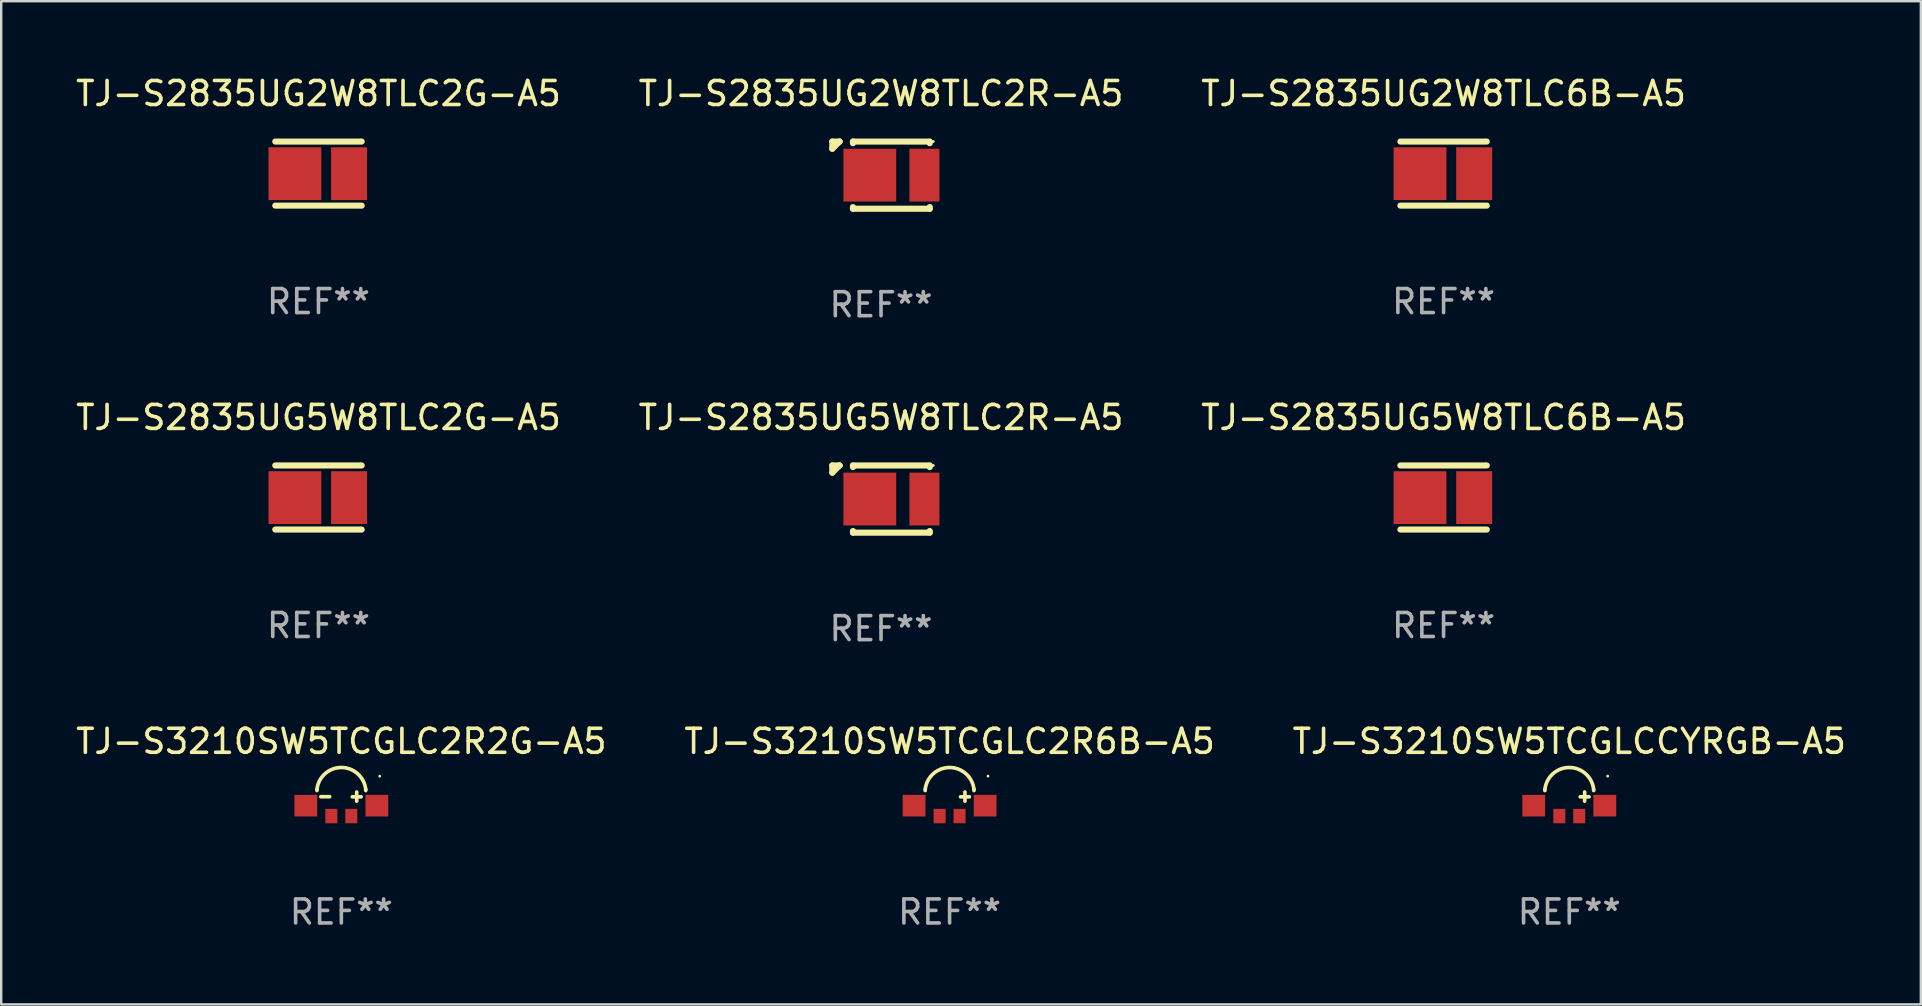
<source format=kicad_pcb>
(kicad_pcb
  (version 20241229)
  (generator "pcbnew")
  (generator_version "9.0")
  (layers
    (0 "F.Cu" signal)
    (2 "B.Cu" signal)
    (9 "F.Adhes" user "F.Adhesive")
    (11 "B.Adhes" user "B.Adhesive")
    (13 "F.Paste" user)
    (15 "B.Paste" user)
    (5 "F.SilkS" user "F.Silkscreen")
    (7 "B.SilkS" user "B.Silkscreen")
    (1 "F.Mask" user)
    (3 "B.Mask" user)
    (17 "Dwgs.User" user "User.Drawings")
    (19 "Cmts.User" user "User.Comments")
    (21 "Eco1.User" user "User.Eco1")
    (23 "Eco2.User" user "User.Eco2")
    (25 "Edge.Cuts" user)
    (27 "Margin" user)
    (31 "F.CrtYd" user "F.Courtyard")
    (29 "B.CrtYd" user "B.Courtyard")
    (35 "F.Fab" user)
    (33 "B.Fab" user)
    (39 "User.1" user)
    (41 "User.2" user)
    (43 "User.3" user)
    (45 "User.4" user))
  (footprint "TJ-S3210SW5TCGLC2R2G-A5"
    (layer "F.Cu")
    (at 11.173 30.397)
    (property "Reference" "TJ-S3210SW5TCGLC2R2G-A5" (at 0 -2.556 0) (layer "F.SilkS") (effects (font (size 1 1) (thickness 0.15))))
    (attr through_hole)
    (fp_line (start -1.016 -0.556) (end -1.016 -0.506) (stroke (width 0.152) (type solid)) (layer "F.SilkS"))
    (fp_line (start -0.855 -0.25) (end -0.485 -0.25) (stroke (width 0.152) (type solid)) (layer "F.SilkS"))
    (fp_line (start 0.455 -0.245) (end 0.825 -0.245) (stroke (width 0.152) (type solid)) (layer "F.SilkS"))
    (fp_line (start 0.64 -0.445) (end 0.64 -0.065) (stroke (width 0.152) (type solid)) (layer "F.SilkS"))
    (fp_line (start 1.016 -0.556) (end 1.016 -0.506) (stroke (width 0.152) (type solid)) (layer "F.SilkS"))
    (fp_arc (start -1.015824 -0.55602) (mid -0.000027 -1.466417) (end 1.015519 -0.55574) (stroke (width 0.151994) (type solid)) (layer "F.SilkS"))
    (fp_circle (center 1.6 -1.107) (end 1.63 -1.107) (stroke (width 0.06) (type solid)) (fill no) (layer "F.SilkS"))
    (fp_text user "REF**" (at 0 4.556 0) (layer "F.Fab") (effects (font (size 1 1) (thickness 0.15))))
    (pad "1" smd rect (at 1.48 0.124 180) (size 0.95 0.9) (layers "F.Cu" "F.Mask" "F.Paste"))
    (pad "2" smd rect (at 0.415 0.556 180) (size 0.5 0.6) (layers "F.Cu" "F.Mask" "F.Paste"))
    (pad "3" smd rect (at -0.415 0.556 180) (size 0.5 0.6) (layers "F.Cu" "F.Mask" "F.Paste"))
    (pad "4" smd rect (at -1.48 0.124 180) (size 0.95 0.9) (layers "F.Cu" "F.Mask" "F.Paste")))
  (footprint "TJ-S2835UG2W8TLC6B-A5"
    (layer "F.Cu")
    (at 57.101 4.183)
    (property "Reference" "TJ-S2835UG2W8TLC6B-A5" (at 0 -3.335 0) (layer "F.SilkS") (effects (font (size 1 1) (thickness 0.15))))
    (attr through_hole)
    (fp_line (start -1.8 -1.335) (end 1.8 -1.335) (stroke (width 0.254) (type solid)) (layer "F.SilkS"))
    (fp_line (start 1.8 1.335) (end -1.8 1.335) (stroke (width 0.254) (type solid)) (layer "F.SilkS"))
    (fp_circle (center 1.75 -1.395) (end 1.78 -1.395) (stroke (width 0.06) (type solid)) (fill no) (layer "F.SilkS"))
    (fp_text user "REF**" (at 0 5.335 0) (layer "F.Fab") (effects (font (size 1 1) (thickness 0.15))))
    (pad "1" smd rect (at 1.275 0.005) (size 1.5 2.2) (layers "F.Cu" "F.Mask" "F.Paste"))
    (pad "2" smd rect (at -0.981 0.005) (size 2.2 2.2) (layers "F.Cu" "F.Mask" "F.Paste")))
  (footprint "TJ-S2835UG5W8TLC2R-A5"
    (layer "F.Cu")
    (at 33.661 17.745)
    (property "Reference" "TJ-S2835UG5W8TLC2R-A5" (at 0 -3.4 0) (layer "F.SilkS") (effects (font (size 1 1) (thickness 0.15))))
    (attr through_hole)
    (fp_line (start -2.03 -1.4) (end -2.03 -1.1) (stroke (width 0.254) (type solid)) (layer "F.SilkS"))
    (fp_line (start -1.73 -1.4) (end -2.03 -1.1) (stroke (width 0.254) (type solid)) (layer "F.SilkS"))
    (fp_line (start -1.73 -1.4) (end -2.03 -1.4) (stroke (width 0.254) (type solid)) (layer "F.SilkS"))
    (fp_line (start -1.73 -1.4) (end -1.73 -1.4) (stroke (width 0.254) (type solid)) (layer "F.SilkS"))
    (fp_line (start -1.17 -1.4) (end -1.17 -1.331) (stroke (width 0.254) (type solid)) (layer "F.SilkS"))
    (fp_line (start -1.17 1.331) (end -1.17 1.4) (stroke (width 0.254) (type solid)) (layer "F.SilkS"))
    (fp_line (start -1.17 1.4) (end 2.03 1.4) (stroke (width 0.254) (type solid)) (layer "F.SilkS"))
    (fp_line (start 2.03 -1.4) (end -1.17 -1.4) (stroke (width 0.254) (type solid)) (layer "F.SilkS"))
    (fp_line (start 2.03 -1.331) (end 2.03 -1.39) (stroke (width 0.254) (type solid)) (layer "F.SilkS"))
    (fp_line (start 2.03 1.4) (end 2.03 1.331) (stroke (width 0.254) (type solid)) (layer "F.SilkS"))
    (fp_circle (center 2.18 -1.4) (end 2.21 -1.4) (stroke (width 0.06) (type solid)) (fill no) (layer "F.SilkS"))
    (fp_text user "REF**" (at 0 5.4 0) (layer "F.Fab") (effects (font (size 1 1) (thickness 0.15))))
    (pad "1" smd rect (at 1.808 0 180) (size 1.25 2.2) (layers "F.Cu" "F.Mask" "F.Paste"))
    (pad "2" smd rect (at -0.468 0 180) (size 2.2 2.2) (layers "F.Cu" "F.Mask" "F.Paste")))
  (footprint "TJ-S3210SW5TCGLC2R6B-A5"
    (layer "F.Cu")
    (at 36.518 30.397)
    (property "Reference" "TJ-S3210SW5TCGLC2R6B-A5" (at 0 -2.556 0) (layer "F.SilkS") (effects (font (size 1 1) (thickness 0.15))))
    (attr through_hole)
    (fp_line (start -1.016 -0.556) (end -1.016 -0.506) (stroke (width 0.152) (type solid)) (layer "F.SilkS"))
    (fp_line (start 0.455 -0.245) (end 0.825 -0.245) (stroke (width 0.152) (type solid)) (layer "F.SilkS"))
    (fp_line (start 0.64 -0.445) (end 0.64 -0.065) (stroke (width 0.152) (type solid)) (layer "F.SilkS"))
    (fp_line (start 1.016 -0.556) (end 1.016 -0.506) (stroke (width 0.152) (type solid)) (layer "F.SilkS"))
    (fp_arc (start -1.015824 -0.555995) (mid -0.000027 -1.466392) (end 1.015519 -0.555715) (stroke (width 0.151994) (type solid)) (layer "F.SilkS"))
    (fp_circle (center 1.6 -1.107) (end 1.63 -1.107) (stroke (width 0.06) (type solid)) (fill no) (layer "F.SilkS"))
    (fp_text user "REF**" (at 0 4.556 0) (layer "F.Fab") (effects (font (size 1 1) (thickness 0.15))))
    (pad "1" smd rect (at 1.48 0.124 180) (size 0.95 0.9) (layers "F.Cu" "F.Mask" "F.Paste"))
    (pad "2" smd rect (at 0.415 0.556 180) (size 0.5 0.6) (layers "F.Cu" "F.Mask" "F.Paste"))
    (pad "3" smd rect (at -0.415 0.556 180) (size 0.5 0.6) (layers "F.Cu" "F.Mask" "F.Paste"))
    (pad "4" smd rect (at -1.48 0.124 180) (size 0.95 0.9) (layers "F.Cu" "F.Mask" "F.Paste")))
  (footprint "TJ-S2835UG2W8TLC2R-A5"
    (layer "F.Cu")
    (at 33.661 4.248)
    (property "Reference" "TJ-S2835UG2W8TLC2R-A5" (at 0 -3.4 0) (layer "F.SilkS") (effects (font (size 1 1) (thickness 0.15))))
    (attr through_hole)
    (fp_line (start -2.03 -1.4) (end -2.03 -1.1) (stroke (width 0.254) (type solid)) (layer "F.SilkS"))
    (fp_line (start -1.73 -1.4) (end -2.03 -1.1) (stroke (width 0.254) (type solid)) (layer "F.SilkS"))
    (fp_line (start -1.73 -1.4) (end -2.03 -1.4) (stroke (width 0.254) (type solid)) (layer "F.SilkS"))
    (fp_line (start -1.73 -1.4) (end -1.73 -1.4) (stroke (width 0.254) (type solid)) (layer "F.SilkS"))
    (fp_line (start -1.17 -1.4) (end -1.17 -1.331) (stroke (width 0.254) (type solid)) (layer "F.SilkS"))
    (fp_line (start -1.17 1.331) (end -1.17 1.4) (stroke (width 0.254) (type solid)) (layer "F.SilkS"))
    (fp_line (start -1.17 1.4) (end 2.03 1.4) (stroke (width 0.254) (type solid)) (layer "F.SilkS"))
    (fp_line (start 2.03 -1.4) (end -1.17 -1.4) (stroke (width 0.254) (type solid)) (layer "F.SilkS"))
    (fp_line (start 2.03 -1.331) (end 2.03 -1.39) (stroke (width 0.254) (type solid)) (layer "F.SilkS"))
    (fp_line (start 2.03 1.4) (end 2.03 1.331) (stroke (width 0.254) (type solid)) (layer "F.SilkS"))
    (fp_circle (center 2.18 -1.4) (end 2.21 -1.4) (stroke (width 0.06) (type solid)) (fill no) (layer "F.SilkS"))
    (fp_text user "REF**" (at 0 5.4 0) (layer "F.Fab") (effects (font (size 1 1) (thickness 0.15))))
    (pad "1" smd rect (at 1.808 0 180) (size 1.25 2.2) (layers "F.Cu" "F.Mask" "F.Paste"))
    (pad "2" smd rect (at -0.468 0 180) (size 2.2 2.2) (layers "F.Cu" "F.Mask" "F.Paste")))
  (footprint "TJ-S2835UG5W8TLC6B-A5"
    (layer "F.Cu")
    (at 57.101 17.68)
    (property "Reference" "TJ-S2835UG5W8TLC6B-A5" (at 0 -3.335 0) (layer "F.SilkS") (effects (font (size 1 1) (thickness 0.15))))
    (attr through_hole)
    (fp_line (start -1.8 -1.335) (end 1.8 -1.335) (stroke (width 0.254) (type solid)) (layer "F.SilkS"))
    (fp_line (start 1.8 1.335) (end -1.8 1.335) (stroke (width 0.254) (type solid)) (layer "F.SilkS"))
    (fp_circle (center 1.75 -1.395) (end 1.78 -1.395) (stroke (width 0.06) (type solid)) (fill no) (layer "F.SilkS"))
    (fp_text user "REF**" (at 0 5.335 0) (layer "F.Fab") (effects (font (size 1 1) (thickness 0.15))))
    (pad "1" smd rect (at 1.275 0.005) (size 1.5 2.2) (layers "F.Cu" "F.Mask" "F.Paste"))
    (pad "2" smd rect (at -0.981 0.005) (size 2.2 2.2) (layers "F.Cu" "F.Mask" "F.Paste")))
  (footprint "TJ-S2835UG5W8TLC2G-A5"
    (layer "F.Cu")
    (at 10.22 17.68)
    (property "Reference" "TJ-S2835UG5W8TLC2G-A5" (at 0 -3.335 0) (layer "F.SilkS") (effects (font (size 1 1) (thickness 0.15))))
    (attr through_hole)
    (fp_line (start -1.8 -1.335) (end 1.8 -1.335) (stroke (width 0.254) (type solid)) (layer "F.SilkS"))
    (fp_line (start 1.8 1.335) (end -1.8 1.335) (stroke (width 0.254) (type solid)) (layer "F.SilkS"))
    (fp_circle (center 1.75 -1.395) (end 1.78 -1.395) (stroke (width 0.06) (type solid)) (fill no) (layer "F.SilkS"))
    (fp_text user "REF**" (at 0 5.335 0) (layer "F.Fab") (effects (font (size 1 1) (thickness 0.15))))
    (pad "1" smd rect (at 1.275 0.005) (size 1.5 2.2) (layers "F.Cu" "F.Mask" "F.Paste"))
    (pad "2" smd rect (at -0.981 0.005) (size 2.2 2.2) (layers "F.Cu" "F.Mask" "F.Paste")))
  (footprint "TJ-S2835UG2W8TLC2G-A5"
    (layer "F.Cu")
    (at 10.22 4.183)
    (property "Reference" "TJ-S2835UG2W8TLC2G-A5" (at 0 -3.335 0) (layer "F.SilkS") (effects (font (size 1 1) (thickness 0.15))))
    (attr through_hole)
    (fp_line (start -1.8 -1.335) (end 1.8 -1.335) (stroke (width 0.254) (type solid)) (layer "F.SilkS"))
    (fp_line (start 1.8 1.335) (end -1.8 1.335) (stroke (width 0.254) (type solid)) (layer "F.SilkS"))
    (fp_circle (center 1.75 -1.395) (end 1.78 -1.395) (stroke (width 0.06) (type solid)) (fill no) (layer "F.SilkS"))
    (fp_text user "REF**" (at 0 5.335 0) (layer "F.Fab") (effects (font (size 1 1) (thickness 0.15))))
    (pad "1" smd rect (at 1.275 0.005) (size 1.5 2.2) (layers "F.Cu" "F.Mask" "F.Paste"))
    (pad "2" smd rect (at -0.981 0.005) (size 2.2 2.2) (layers "F.Cu" "F.Mask" "F.Paste")))
  (footprint "TJ-S3210SW5TCGLCCYRGB-A5"
    (layer "F.Cu")
    (at 62.339 30.397)
    (property "Reference" "TJ-S3210SW5TCGLCCYRGB-A5" (at 0 -2.556 0) (layer "F.SilkS") (effects (font (size 1 1) (thickness 0.15))))
    (attr through_hole)
    (fp_line (start -1.016 -0.556) (end -1.016 -0.506) (stroke (width 0.152) (type solid)) (layer "F.SilkS"))
    (fp_line (start 0.455 -0.245) (end 0.825 -0.245) (stroke (width 0.152) (type solid)) (layer "F.SilkS"))
    (fp_line (start 0.64 -0.445) (end 0.64 -0.065) (stroke (width 0.152) (type solid)) (layer "F.SilkS"))
    (fp_line (start 1.016 -0.556) (end 1.016 -0.506) (stroke (width 0.152) (type solid)) (layer "F.SilkS"))
    (fp_arc (start -1.015824 -0.555995) (mid -0.000027 -1.466392) (end 1.015519 -0.555715) (stroke (width 0.151994) (type solid)) (layer "F.SilkS"))
    (fp_circle (center 1.6 -1.107) (end 1.63 -1.107) (stroke (width 0.06) (type solid)) (fill no) (layer "F.SilkS"))
    (fp_text user "REF**" (at 0 4.556 0) (layer "F.Fab") (effects (font (size 1 1) (thickness 0.15))))
    (pad "1" smd rect (at 1.48 0.124 180) (size 0.95 0.9) (layers "F.Cu" "F.Mask" "F.Paste"))
    (pad "2" smd rect (at 0.415 0.556 180) (size 0.5 0.6) (layers "F.Cu" "F.Mask" "F.Paste"))
    (pad "3" smd rect (at -0.415 0.556 180) (size 0.5 0.6) (layers "F.Cu" "F.Mask" "F.Paste"))
    (pad "4" smd rect (at -1.48 0.124 180) (size 0.95 0.9) (layers "F.Cu" "F.Mask" "F.Paste")))
  (gr_rect
    (start -3 -3)
    (end 76.988 38.802)
    (stroke (width 0.1) (type default))
    (fill no)
    (layer "Edge.Cuts")))
</source>
